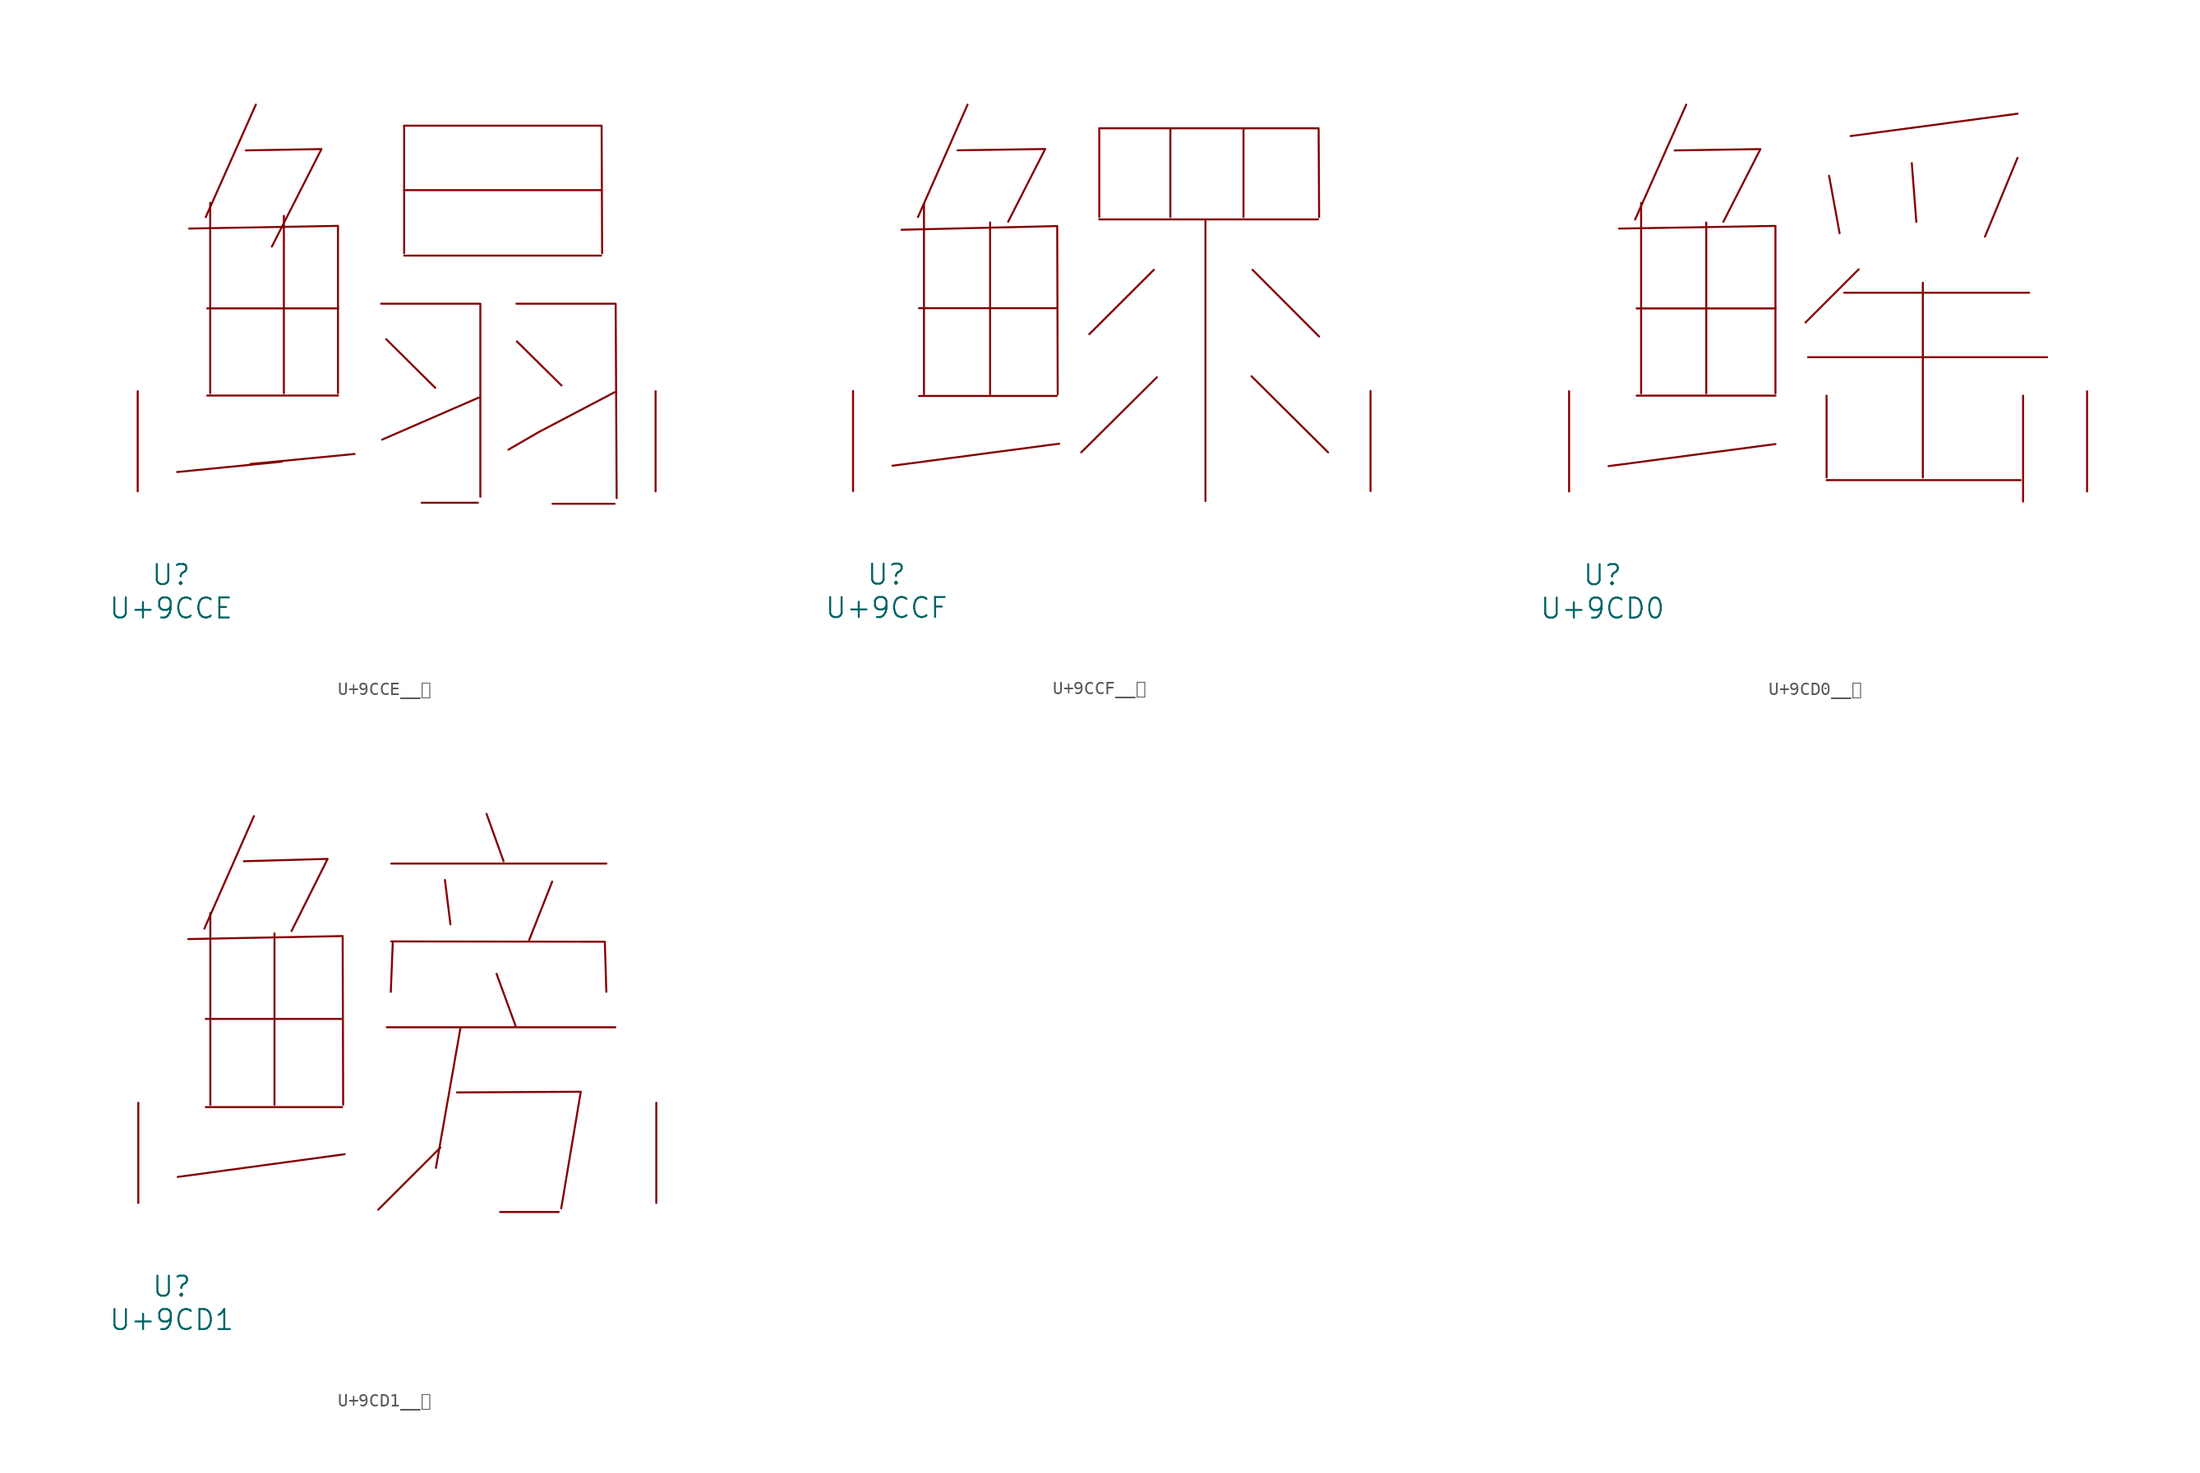
<source format=kicad_sym>
(kicad_symbol_lib
  (version 20231120)
  (generator "kicad_symbol_editor")
  (generator_version "8.0")
  (symbol "U+9CCE__鳎"
    (pin_names
      (offset 1.016))
    (property "Reference" "U"
      (at 0 -6.35 0)
      (effects (font (size 1.524 1.524))))
    (property "Value" "U+9CCE"
      (at 0 -8.89 0)
      (effects (font (size 1.524 1.524))))
    (symbol "U+9CCE__鳎_0_1"
      (polyline (pts (xy 2.743 7.29) (xy 12.687 7.29)) (stroke (width 0) (type solid)) (fill (type none)))
      (polyline (pts (xy 2.743 13.919) (xy 12.687 13.919)) (stroke (width 0) (type solid)) (fill (type none)))
      (polyline (pts (xy 2.972 21.946) (xy 2.972 7.468)) (stroke (width 0) (type solid)) (fill (type none)))
      (polyline (pts (xy 6.439 29.413) (xy 2.629 20.853)) (stroke (width 0) (type solid)) (fill (type none)))
      (polyline (pts (xy 8.42 2.261) (xy 0.457 1.473)) (stroke (width 0) (type solid)) (fill (type none)))
      (polyline (pts (xy 8.572 20.955) (xy 8.572 7.468)) (stroke (width 0) (type solid)) (fill (type none)))
      (polyline (pts (xy 13.945 2.845) (xy 6.02 2.083)) (stroke (width 0) (type solid)) (fill (type none)))
      (polyline (pts (xy 16.345 11.582) (xy 20.079 7.874)) (stroke (width 0) (type solid)) (fill (type none)))
      (polyline (pts (xy 17.716 17.932) (xy 32.69 17.932)) (stroke (width 0) (type solid)) (fill (type none)))
      (polyline (pts (xy 17.716 22.911) (xy 32.69 22.911)) (stroke (width 0) (type solid)) (fill (type none)))
      (polyline (pts (xy 17.716 27.813) (xy 17.716 18.11)) (stroke (width 0) (type solid)) (fill (type none)))
      (polyline (pts (xy 19.05 -0.864) (xy 23.317 -0.864)) (stroke (width 0) (type solid)) (fill (type none)))
      (polyline (pts (xy 23.393 7.137) (xy 16.04 3.937)) (stroke (width 0) (type solid)) (fill (type none)))
      (polyline (pts (xy 26.289 11.405) (xy 29.68 8.052)) (stroke (width 0) (type solid)) (fill (type none)))
      (polyline (pts (xy 28.994 -0.94) (xy 33.718 -0.94)) (stroke (width 0) (type solid)) (fill (type none)))
      (polyline (pts (xy 1.372 19.99) (xy 12.687 20.193) (xy 12.687 7.468)) (stroke (width 0) (type solid)) (fill (type none)))
      (polyline (pts (xy 5.677 25.933) (xy 11.43 26.035) (xy 7.658 18.618)) (stroke (width 0) (type solid)) (fill (type none)))
      (polyline (pts (xy 15.964 14.275) (xy 23.508 14.275) (xy 23.508 -0.406)) (stroke (width 0) (type solid)) (fill (type none)))
      (polyline (pts (xy 17.716 27.813) (xy 32.728 27.813) (xy 32.766 18.11)) (stroke (width 0) (type solid)) (fill (type none)))
      (polyline (pts (xy 26.251 14.275) (xy 33.795 14.275) (xy 33.871 -0.508)) (stroke (width 0) (type solid)) (fill (type none)))
      (polyline (pts (xy 33.718 7.544) (xy 27.965 4.521) (xy 25.641 3.175)) (stroke (width 0) (type solid)) (fill (type none)))
      (pin input line (at -2.54 0 90) (length 7.62) (name "~" (effects (font (size 1.27 1.27)))) (number "~" (effects (font (size 1.27 1.27)))))
      (pin input line (at 36.83 0 90) (length 7.62) (name "~" (effects (font (size 1.27 1.27)))) (number "~" (effects (font (size 1.27 1.27)))))))
  (symbol "U+9CCF__鳏"
    (pin_names
      (offset 1.016))
    (property "Reference" "U"
      (at 0 -6.35 0)
      (effects (font (size 1.524 1.524))))
    (property "Value" "U+9CCF"
      (at 0 -8.89 0)
      (effects (font (size 1.524 1.524))))
    (symbol "U+9CCF__鳏_0_1"
      (polyline (pts (xy 2.477 7.239) (xy 12.954 7.239)) (stroke (width 0) (type solid)) (fill (type none)))
      (polyline (pts (xy 2.477 13.919) (xy 12.954 13.919)) (stroke (width 0) (type solid)) (fill (type none)))
      (polyline (pts (xy 2.857 21.869) (xy 2.857 7.366)) (stroke (width 0) (type solid)) (fill (type none)))
      (polyline (pts (xy 6.172 29.413) (xy 2.4 20.853)) (stroke (width 0) (type solid)) (fill (type none)))
      (polyline (pts (xy 7.887 20.447) (xy 7.887 7.366)) (stroke (width 0) (type solid)) (fill (type none)))
      (polyline (pts (xy 13.145 3.607) (xy 0.457 1.93)) (stroke (width 0) (type solid)) (fill (type none)))
      (polyline (pts (xy 16.192 20.676) (xy 32.842 20.676)) (stroke (width 0) (type solid)) (fill (type none)))
      (polyline (pts (xy 16.192 27.61) (xy 16.192 20.853)) (stroke (width 0) (type solid)) (fill (type none)))
      (polyline (pts (xy 20.345 16.84) (xy 15.431 11.938)) (stroke (width 0) (type solid)) (fill (type none)))
      (polyline (pts (xy 20.574 8.661) (xy 14.821 2.946)) (stroke (width 0) (type solid)) (fill (type none)))
      (polyline (pts (xy 21.603 27.61) (xy 21.603 20.853)) (stroke (width 0) (type solid)) (fill (type none)))
      (polyline (pts (xy 24.27 20.676) (xy 24.27 -0.762)) (stroke (width 0) (type solid)) (fill (type none)))
      (polyline (pts (xy 27.165 27.61) (xy 27.165 20.853)) (stroke (width 0) (type solid)) (fill (type none)))
      (polyline (pts (xy 27.775 8.738) (xy 33.604 2.946)) (stroke (width 0) (type solid)) (fill (type none)))
      (polyline (pts (xy 27.851 16.84) (xy 32.918 11.76)) (stroke (width 0) (type solid)) (fill (type none)))
      (polyline (pts (xy 1.143 19.888) (xy 12.992 20.168) (xy 13.03 7.366)) (stroke (width 0) (type solid)) (fill (type none)))
      (polyline (pts (xy 5.41 25.933) (xy 12.078 26.035) (xy 9.258 20.498)) (stroke (width 0) (type solid)) (fill (type none)))
      (polyline (pts (xy 16.192 27.61) (xy 32.88 27.61) (xy 32.918 20.853)) (stroke (width 0) (type solid)) (fill (type none)))
      (pin input line (at -2.54 0 90) (length 7.62) (name "~" (effects (font (size 1.27 1.27)))) (number "~" (effects (font (size 1.27 1.27)))))
      (pin input line (at 36.83 0 90) (length 7.62) (name "~" (effects (font (size 1.27 1.27)))) (number "~" (effects (font (size 1.27 1.27)))))))
  (symbol "U+9CD0__鳐"
    (pin_names
      (offset 1.016))
    (property "Reference" "U"
      (at 0 -6.35 0)
      (effects (font (size 1.524 1.524))))
    (property "Value" "U+9CD0"
      (at 0 -8.89 0)
      (effects (font (size 1.524 1.524))))
    (symbol "U+9CD0__鳐_0_1"
      (polyline (pts (xy 2.591 7.29) (xy 13.145 7.29)) (stroke (width 0) (type solid)) (fill (type none)))
      (polyline (pts (xy 2.591 13.919) (xy 13.145 13.919)) (stroke (width 0) (type solid)) (fill (type none)))
      (polyline (pts (xy 2.934 21.946) (xy 2.934 7.468)) (stroke (width 0) (type solid)) (fill (type none)))
      (polyline (pts (xy 6.363 29.413) (xy 2.477 20.676)) (stroke (width 0) (type solid)) (fill (type none)))
      (polyline (pts (xy 7.887 20.447) (xy 7.887 7.468)) (stroke (width 0) (type solid)) (fill (type none)))
      (polyline (pts (xy 13.145 3.607) (xy 0.457 1.93)) (stroke (width 0) (type solid)) (fill (type none)))
      (polyline (pts (xy 15.621 10.211) (xy 33.795 10.211)) (stroke (width 0) (type solid)) (fill (type none)))
      (polyline (pts (xy 17.031 0.864) (xy 31.775 0.864)) (stroke (width 0) (type solid)) (fill (type none)))
      (polyline (pts (xy 17.031 7.29) (xy 17.031 1.067)) (stroke (width 0) (type solid)) (fill (type none)))
      (polyline (pts (xy 17.221 24.003) (xy 18.021 19.634)) (stroke (width 0) (type solid)) (fill (type none)))
      (polyline (pts (xy 18.364 15.113) (xy 32.423 15.113)) (stroke (width 0) (type solid)) (fill (type none)))
      (polyline (pts (xy 19.469 16.891) (xy 15.431 12.852)) (stroke (width 0) (type solid)) (fill (type none)))
      (polyline (pts (xy 23.508 24.968) (xy 23.851 20.498)) (stroke (width 0) (type solid)) (fill (type none)))
      (polyline (pts (xy 24.346 15.875) (xy 24.346 1.067)) (stroke (width 0) (type solid)) (fill (type none)))
      (polyline (pts (xy 31.547 25.375) (xy 29.07 19.38)) (stroke (width 0) (type solid)) (fill (type none)))
      (polyline (pts (xy 31.547 28.727) (xy 18.86 27.026)) (stroke (width 0) (type solid)) (fill (type none)))
      (polyline (pts (xy 31.966 7.29) (xy 31.966 -0.762)) (stroke (width 0) (type solid)) (fill (type none)))
      (polyline (pts (xy 1.257 19.99) (xy 13.145 20.193) (xy 13.145 7.468)) (stroke (width 0) (type solid)) (fill (type none)))
      (polyline (pts (xy 5.486 25.933) (xy 12.002 26.035) (xy 9.182 20.498)) (stroke (width 0) (type solid)) (fill (type none)))
      (pin input line (at -2.54 0 90) (length 7.62) (name "~" (effects (font (size 1.27 1.27)))) (number "~" (effects (font (size 1.27 1.27)))))
      (pin input line (at 36.83 0 90) (length 7.62) (name "~" (effects (font (size 1.27 1.27)))) (number "~" (effects (font (size 1.27 1.27)))))))
  (symbol "U+9CD1__鳑"
    (pin_names
      (offset 1.016))
    (property "Reference" "U"
      (at 0 -6.35 0)
      (effects (font (size 1.524 1.524))))
    (property "Value" "U+9CD1"
      (at 0 -8.89 0)
      (effects (font (size 1.524 1.524))))
    (symbol "U+9CD1__鳑_0_1"
      (polyline (pts (xy 2.591 7.29) (xy 12.954 7.29)) (stroke (width 0) (type solid)) (fill (type none)))
      (polyline (pts (xy 2.591 13.995) (xy 12.954 13.995)) (stroke (width 0) (type solid)) (fill (type none)))
      (polyline (pts (xy 2.934 22.047) (xy 2.934 7.468)) (stroke (width 0) (type solid)) (fill (type none)))
      (polyline (pts (xy 6.248 29.413) (xy 2.477 20.853)) (stroke (width 0) (type solid)) (fill (type none)))
      (polyline (pts (xy 7.811 20.498) (xy 7.811 7.468)) (stroke (width 0) (type solid)) (fill (type none)))
      (polyline (pts (xy 13.145 3.708) (xy 0.457 1.981)) (stroke (width 0) (type solid)) (fill (type none)))
      (polyline (pts (xy 16.345 13.36) (xy 33.718 13.36)) (stroke (width 0) (type solid)) (fill (type none)))
      (polyline (pts (xy 16.688 25.806) (xy 33.033 25.806)) (stroke (width 0) (type solid)) (fill (type none)))
      (polyline (pts (xy 16.802 19.812) (xy 16.65 16.053)) (stroke (width 0) (type solid)) (fill (type none)))
      (polyline (pts (xy 20.422 4.216) (xy 15.697 -0.508)) (stroke (width 0) (type solid)) (fill (type none)))
      (polyline (pts (xy 20.765 24.562) (xy 21.184 21.184)) (stroke (width 0) (type solid)) (fill (type none)))
      (polyline (pts (xy 21.946 13.31) (xy 20.079 2.667)) (stroke (width 0) (type solid)) (fill (type none)))
      (polyline (pts (xy 23.927 29.591) (xy 25.222 25.984)) (stroke (width 0) (type solid)) (fill (type none)))
      (polyline (pts (xy 24.689 17.424) (xy 26.137 13.462)) (stroke (width 0) (type solid)) (fill (type none)))
      (polyline (pts (xy 24.956 -0.686) (xy 29.413 -0.686)) (stroke (width 0) (type solid)) (fill (type none)))
      (polyline (pts (xy 28.918 24.435) (xy 27.165 19.99)) (stroke (width 0) (type solid)) (fill (type none)))
      (polyline (pts (xy 1.257 20.066) (xy 12.992 20.295) (xy 13.03 7.468)) (stroke (width 0) (type solid)) (fill (type none)))
      (polyline (pts (xy 5.486 25.984) (xy 11.849 26.162) (xy 9.106 20.676)) (stroke (width 0) (type solid)) (fill (type none)))
      (polyline (pts (xy 16.688 19.888) (xy 32.918 19.863) (xy 33.033 16.053)) (stroke (width 0) (type solid)) (fill (type none)))
      (polyline (pts (xy 21.679 8.407) (xy 31.09 8.458) (xy 29.604 -0.406)) (stroke (width 0) (type solid)) (fill (type none)))
      (pin input line (at -2.54 0 90) (length 7.62) (name "~" (effects (font (size 1.27 1.27)))) (number "~" (effects (font (size 1.27 1.27)))))
      (pin input line (at 36.83 0 90) (length 7.62) (name "~" (effects (font (size 1.27 1.27)))) (number "~" (effects (font (size 1.27 1.27))))))))
</source>
